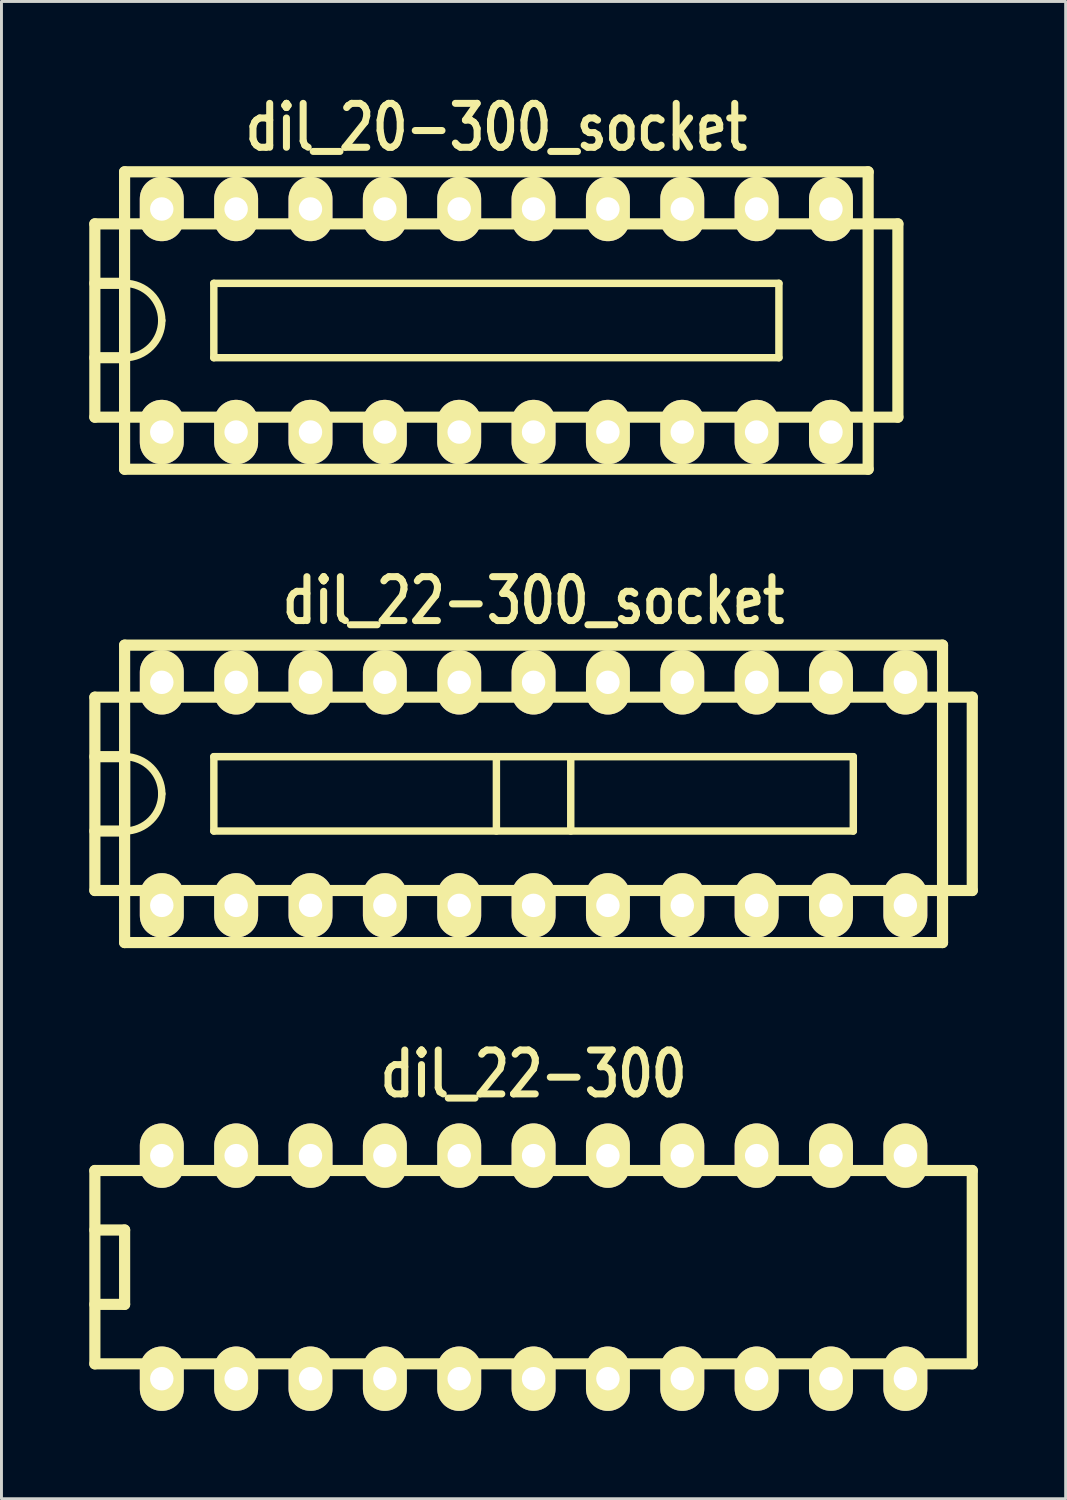
<source format=kicad_pcb>
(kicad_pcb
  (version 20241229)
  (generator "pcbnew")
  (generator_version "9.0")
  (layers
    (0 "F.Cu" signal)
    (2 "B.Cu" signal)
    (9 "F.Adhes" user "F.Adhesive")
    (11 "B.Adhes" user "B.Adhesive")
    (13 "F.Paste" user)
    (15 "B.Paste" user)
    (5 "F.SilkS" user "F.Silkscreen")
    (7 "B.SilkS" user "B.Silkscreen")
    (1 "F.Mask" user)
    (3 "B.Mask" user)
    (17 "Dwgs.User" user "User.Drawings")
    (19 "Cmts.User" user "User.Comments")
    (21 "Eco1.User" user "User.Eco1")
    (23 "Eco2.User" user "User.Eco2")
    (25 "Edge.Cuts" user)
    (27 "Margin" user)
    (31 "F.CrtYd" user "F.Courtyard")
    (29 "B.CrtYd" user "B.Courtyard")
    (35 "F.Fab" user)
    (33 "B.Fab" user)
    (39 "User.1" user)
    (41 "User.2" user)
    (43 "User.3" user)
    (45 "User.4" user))
  (footprint "dil_20-300_socket"
    (layer "F.Cu")
    (at 13.906 7.899)
    (property "Reference" "dil_20-300_socket" (at 0 -6.6 0) (layer "F.SilkS") (effects (font (size 1.5 1.2) (thickness 0.24))))
    (attr through_hole)
    (fp_line (start -13.716 -3.302) (end 13.716 -3.302) (stroke (width 0.381) (type solid)) (layer "F.SilkS"))
    (fp_line (start -13.716 3.302) (end -13.716 -3.302) (stroke (width 0.381) (type solid)) (layer "F.SilkS"))
    (fp_line (start -12.7 -5.08) (end 12.7 -5.08) (stroke (width 0.381) (type solid)) (layer "F.SilkS"))
    (fp_line (start -12.7 -1.27) (end -13.716 -1.27) (stroke (width 0.381) (type solid)) (layer "F.SilkS"))
    (fp_line (start -12.7 -1.27) (end -12.7 1.27) (stroke (width 0.381) (type solid)) (layer "F.SilkS"))
    (fp_line (start -12.7 1.27) (end -13.716 1.27) (stroke (width 0.381) (type solid)) (layer "F.SilkS"))
    (fp_line (start -12.7 5.08) (end -12.7 -5.08) (stroke (width 0.381) (type solid)) (layer "F.SilkS"))
    (fp_line (start -9.652 -1.27) (end -9.652 1.27) (stroke (width 0.254) (type solid)) (layer "F.SilkS"))
    (fp_line (start -9.652 -1.27) (end 9.652 -1.27) (stroke (width 0.254) (type solid)) (layer "F.SilkS"))
    (fp_line (start 9.652 1.27) (end -9.652 1.27) (stroke (width 0.254) (type solid)) (layer "F.SilkS"))
    (fp_line (start 9.652 1.27) (end 9.652 -1.27) (stroke (width 0.254) (type solid)) (layer "F.SilkS"))
    (fp_line (start 12.7 -5.08) (end 12.7 5.08) (stroke (width 0.381) (type solid)) (layer "F.SilkS"))
    (fp_line (start 12.7 5.08) (end -12.7 5.08) (stroke (width 0.381) (type solid)) (layer "F.SilkS"))
    (fp_line (start 13.716 -3.302) (end 13.716 3.302) (stroke (width 0.381) (type solid)) (layer "F.SilkS"))
    (fp_line (start 13.716 3.302) (end -13.716 3.302) (stroke (width 0.381) (type solid)) (layer "F.SilkS"))
    (fp_arc (start -12.7 -1.27) (mid -11.801974 -0.898026) (end -11.43 0) (stroke (width 0.254) (type solid)) (layer "F.SilkS"))
    (fp_arc (start -11.43 0) (mid -11.801974 0.898026) (end -12.7 1.27) (stroke (width 0.254) (type solid)) (layer "F.SilkS"))
    (pad "1" thru_hole oval (at -11.43 3.81) (size 1.5 2.2) (drill 0.8) (layers "*.Cu" "*.Mask" "F.SilkS"))
    (pad "2" thru_hole oval (at -8.89 3.81) (size 1.5 2.2) (drill 0.8) (layers "*.Cu" "*.Mask" "F.SilkS"))
    (pad "3" thru_hole oval (at -6.35 3.81) (size 1.5 2.2) (drill 0.8) (layers "*.Cu" "*.Mask" "F.SilkS"))
    (pad "4" thru_hole oval (at -3.81 3.81) (size 1.5 2.2) (drill 0.8) (layers "*.Cu" "*.Mask" "F.SilkS"))
    (pad "5" thru_hole oval (at -1.27 3.81) (size 1.5 2.2) (drill 0.8) (layers "*.Cu" "*.Mask" "F.SilkS"))
    (pad "6" thru_hole oval (at 1.27 3.81) (size 1.5 2.2) (drill 0.8) (layers "*.Cu" "*.Mask" "F.SilkS"))
    (pad "7" thru_hole oval (at 3.81 3.81) (size 1.5 2.2) (drill 0.8) (layers "*.Cu" "*.Mask" "F.SilkS"))
    (pad "8" thru_hole oval (at 6.35 3.81) (size 1.5 2.2) (drill 0.8) (layers "*.Cu" "*.Mask" "F.SilkS"))
    (pad "9" thru_hole oval (at 8.89 3.81) (size 1.5 2.2) (drill 0.8) (layers "*.Cu" "*.Mask" "F.SilkS"))
    (pad "10" thru_hole oval (at 11.43 3.81) (size 1.5 2.2) (drill 0.8) (layers "*.Cu" "*.Mask" "F.SilkS"))
    (pad "11" thru_hole oval (at 11.43 -3.81) (size 1.5 2.2) (drill 0.8) (layers "*.Cu" "*.Mask" "F.SilkS"))
    (pad "12" thru_hole oval (at 8.89 -3.81) (size 1.5 2.2) (drill 0.8) (layers "*.Cu" "*.Mask" "F.SilkS"))
    (pad "13" thru_hole oval (at 6.35 -3.81) (size 1.5 2.2) (drill 0.8) (layers "*.Cu" "*.Mask" "F.SilkS"))
    (pad "14" thru_hole oval (at 3.81 -3.81) (size 1.5 2.2) (drill 0.8) (layers "*.Cu" "*.Mask" "F.SilkS"))
    (pad "15" thru_hole oval (at 1.27 -3.81) (size 1.5 2.2) (drill 0.8) (layers "*.Cu" "*.Mask" "F.SilkS"))
    (pad "16" thru_hole oval (at -1.27 -3.81) (size 1.5 2.2) (drill 0.8) (layers "*.Cu" "*.Mask" "F.SilkS"))
    (pad "17" thru_hole oval (at -3.81 -3.81) (size 1.5 2.2) (drill 0.8) (layers "*.Cu" "*.Mask" "F.SilkS"))
    (pad "18" thru_hole oval (at -6.35 -3.81) (size 1.5 2.2) (drill 0.8) (layers "*.Cu" "*.Mask" "F.SilkS"))
    (pad "19" thru_hole oval (at -8.89 -3.81) (size 1.5 2.2) (drill 0.8) (layers "*.Cu" "*.Mask" "F.SilkS"))
    (pad "20" thru_hole oval (at -11.43 -3.81) (size 1.5 2.2) (drill 0.8) (layers "*.Cu" "*.Mask" "F.SilkS")))
  (footprint "dil_22-300_socket"
    (layer "F.Cu")
    (at 15.177 24.068)
    (property "Reference" "dil_22-300_socket" (at 0 -6.6 0) (layer "F.SilkS") (effects (font (size 1.5 1.2) (thickness 0.24))))
    (attr through_hole)
    (fp_line (start -14.986 -3.302) (end 14.986 -3.302) (stroke (width 0.381) (type solid)) (layer "F.SilkS"))
    (fp_line (start -14.986 3.302) (end -14.986 -3.302) (stroke (width 0.381) (type solid)) (layer "F.SilkS"))
    (fp_line (start -13.97 -5.08) (end 13.97 -5.08) (stroke (width 0.381) (type solid)) (layer "F.SilkS"))
    (fp_line (start -13.97 -1.27) (end -14.986 -1.27) (stroke (width 0.381) (type solid)) (layer "F.SilkS"))
    (fp_line (start -13.97 -1.27) (end -13.97 1.27) (stroke (width 0.381) (type solid)) (layer "F.SilkS"))
    (fp_line (start -13.97 1.27) (end -14.986 1.27) (stroke (width 0.381) (type solid)) (layer "F.SilkS"))
    (fp_line (start -13.97 5.08) (end -13.97 -5.08) (stroke (width 0.381) (type solid)) (layer "F.SilkS"))
    (fp_line (start -10.922 -1.27) (end -10.922 1.27) (stroke (width 0.254) (type solid)) (layer "F.SilkS"))
    (fp_line (start -10.922 1.27) (end 10.922 1.27) (stroke (width 0.254) (type solid)) (layer "F.SilkS"))
    (fp_line (start -1.27 -1.27) (end -1.27 1.27) (stroke (width 0.254) (type solid)) (layer "F.SilkS"))
    (fp_line (start 1.27 -1.27) (end 1.27 1.27) (stroke (width 0.254) (type solid)) (layer "F.SilkS"))
    (fp_line (start 10.922 -1.27) (end -10.922 -1.27) (stroke (width 0.254) (type solid)) (layer "F.SilkS"))
    (fp_line (start 10.922 1.27) (end 10.922 -1.27) (stroke (width 0.254) (type solid)) (layer "F.SilkS"))
    (fp_line (start 13.97 -5.08) (end 13.97 5.08) (stroke (width 0.381) (type solid)) (layer "F.SilkS"))
    (fp_line (start 13.97 5.08) (end -13.97 5.08) (stroke (width 0.381) (type solid)) (layer "F.SilkS"))
    (fp_line (start 14.986 -3.302) (end 14.986 3.302) (stroke (width 0.381) (type solid)) (layer "F.SilkS"))
    (fp_line (start 14.986 3.302) (end -14.986 3.302) (stroke (width 0.381) (type solid)) (layer "F.SilkS"))
    (fp_arc (start -13.97 -1.27) (mid -13.071974 -0.898026) (end -12.7 0) (stroke (width 0.254) (type solid)) (layer "F.SilkS"))
    (fp_arc (start -12.7 0) (mid -13.071974 0.898026) (end -13.97 1.27) (stroke (width 0.254) (type solid)) (layer "F.SilkS"))
    (pad "1" thru_hole oval (at -12.7 3.81) (size 1.5 2.2) (drill 0.8) (layers "*.Cu" "*.Mask" "F.SilkS"))
    (pad "2" thru_hole oval (at -10.16 3.81) (size 1.5 2.2) (drill 0.8) (layers "*.Cu" "*.Mask" "F.SilkS"))
    (pad "3" thru_hole oval (at -7.62 3.81) (size 1.5 2.2) (drill 0.8) (layers "*.Cu" "*.Mask" "F.SilkS"))
    (pad "4" thru_hole oval (at -5.08 3.81) (size 1.5 2.2) (drill 0.8) (layers "*.Cu" "*.Mask" "F.SilkS"))
    (pad "5" thru_hole oval (at -2.54 3.81) (size 1.5 2.2) (drill 0.8) (layers "*.Cu" "*.Mask" "F.SilkS"))
    (pad "6" thru_hole oval (at 0 3.81) (size 1.5 2.2) (drill 0.8) (layers "*.Cu" "*.Mask" "F.SilkS"))
    (pad "7" thru_hole oval (at 2.54 3.81) (size 1.5 2.2) (drill 0.8) (layers "*.Cu" "*.Mask" "F.SilkS"))
    (pad "8" thru_hole oval (at 5.08 3.81) (size 1.5 2.2) (drill 0.8) (layers "*.Cu" "*.Mask" "F.SilkS"))
    (pad "9" thru_hole oval (at 7.62 3.81) (size 1.5 2.2) (drill 0.8) (layers "*.Cu" "*.Mask" "F.SilkS"))
    (pad "10" thru_hole oval (at 10.16 3.81) (size 1.5 2.2) (drill 0.8) (layers "*.Cu" "*.Mask" "F.SilkS"))
    (pad "11" thru_hole oval (at 12.7 3.81) (size 1.5 2.2) (drill 0.8) (layers "*.Cu" "*.Mask" "F.SilkS"))
    (pad "12" thru_hole oval (at 12.7 -3.81) (size 1.5 2.2) (drill 0.8) (layers "*.Cu" "*.Mask" "F.SilkS"))
    (pad "13" thru_hole oval (at 10.16 -3.81) (size 1.5 2.2) (drill 0.8) (layers "*.Cu" "*.Mask" "F.SilkS"))
    (pad "14" thru_hole oval (at 7.62 -3.81) (size 1.5 2.2) (drill 0.8) (layers "*.Cu" "*.Mask" "F.SilkS"))
    (pad "15" thru_hole oval (at 5.08 -3.81) (size 1.5 2.2) (drill 0.8) (layers "*.Cu" "*.Mask" "F.SilkS"))
    (pad "16" thru_hole oval (at 2.54 -3.81) (size 1.5 2.2) (drill 0.8) (layers "*.Cu" "*.Mask" "F.SilkS"))
    (pad "17" thru_hole oval (at 0 -3.81) (size 1.5 2.2) (drill 0.8) (layers "*.Cu" "*.Mask" "F.SilkS"))
    (pad "18" thru_hole oval (at -2.54 -3.81) (size 1.5 2.2) (drill 0.8) (layers "*.Cu" "*.Mask" "F.SilkS"))
    (pad "19" thru_hole oval (at -5.08 -3.81) (size 1.5 2.2) (drill 0.8) (layers "*.Cu" "*.Mask" "F.SilkS"))
    (pad "20" thru_hole oval (at -7.62 -3.81) (size 1.5 2.2) (drill 0.8) (layers "*.Cu" "*.Mask" "F.SilkS"))
    (pad "21" thru_hole oval (at -10.16 -3.81) (size 1.5 2.2) (drill 0.8) (layers "*.Cu" "*.Mask" "F.SilkS"))
    (pad "22" thru_hole oval (at -12.7 -3.81) (size 1.5 2.2) (drill 0.8) (layers "*.Cu" "*.Mask" "F.SilkS")))
  (footprint "dil_22-300"
    (layer "F.Cu")
    (at 15.177 40.237)
    (property "Reference" "dil_22-300" (at 0 -6.6 0) (layer "F.SilkS") (effects (font (size 1.5 1.2) (thickness 0.24))))
    (attr through_hole)
    (fp_line (start -14.986 -3.302) (end 14.986 -3.302) (stroke (width 0.381) (type solid)) (layer "F.SilkS"))
    (fp_line (start -14.986 3.302) (end -14.986 -3.302) (stroke (width 0.381) (type solid)) (layer "F.SilkS"))
    (fp_line (start -13.97 -1.27) (end -14.986 -1.27) (stroke (width 0.381) (type solid)) (layer "F.SilkS"))
    (fp_line (start -13.97 -1.27) (end -13.97 1.27) (stroke (width 0.381) (type solid)) (layer "F.SilkS"))
    (fp_line (start -13.97 1.27) (end -14.986 1.27) (stroke (width 0.381) (type solid)) (layer "F.SilkS"))
    (fp_line (start 14.986 -3.302) (end 14.986 3.302) (stroke (width 0.381) (type solid)) (layer "F.SilkS"))
    (fp_line (start 14.986 3.302) (end -14.986 3.302) (stroke (width 0.381) (type solid)) (layer "F.SilkS"))
    (pad "1" thru_hole oval (at -12.7 3.81) (size 1.5 2.2) (drill 0.8) (layers "*.Cu" "*.Mask" "F.SilkS"))
    (pad "2" thru_hole oval (at -10.16 3.81) (size 1.5 2.2) (drill 0.8) (layers "*.Cu" "*.Mask" "F.SilkS"))
    (pad "3" thru_hole oval (at -7.62 3.81) (size 1.5 2.2) (drill 0.8) (layers "*.Cu" "*.Mask" "F.SilkS"))
    (pad "4" thru_hole oval (at -5.08 3.81) (size 1.5 2.2) (drill 0.8) (layers "*.Cu" "*.Mask" "F.SilkS"))
    (pad "5" thru_hole oval (at -2.54 3.81) (size 1.5 2.2) (drill 0.8) (layers "*.Cu" "*.Mask" "F.SilkS"))
    (pad "6" thru_hole oval (at 0 3.81) (size 1.5 2.2) (drill 0.8) (layers "*.Cu" "*.Mask" "F.SilkS"))
    (pad "7" thru_hole oval (at 2.54 3.81) (size 1.5 2.2) (drill 0.8) (layers "*.Cu" "*.Mask" "F.SilkS"))
    (pad "8" thru_hole oval (at 5.08 3.81) (size 1.5 2.2) (drill 0.8) (layers "*.Cu" "*.Mask" "F.SilkS"))
    (pad "9" thru_hole oval (at 7.62 3.81) (size 1.5 2.2) (drill 0.8) (layers "*.Cu" "*.Mask" "F.SilkS"))
    (pad "10" thru_hole oval (at 10.16 3.81) (size 1.5 2.2) (drill 0.8) (layers "*.Cu" "*.Mask" "F.SilkS"))
    (pad "11" thru_hole oval (at 12.7 3.81) (size 1.5 2.2) (drill 0.8) (layers "*.Cu" "*.Mask" "F.SilkS"))
    (pad "12" thru_hole oval (at 12.7 -3.81) (size 1.5 2.2) (drill 0.8) (layers "*.Cu" "*.Mask" "F.SilkS"))
    (pad "13" thru_hole oval (at 10.16 -3.81) (size 1.5 2.2) (drill 0.8) (layers "*.Cu" "*.Mask" "F.SilkS"))
    (pad "14" thru_hole oval (at 7.62 -3.81) (size 1.5 2.2) (drill 0.8) (layers "*.Cu" "*.Mask" "F.SilkS"))
    (pad "15" thru_hole oval (at 5.08 -3.81) (size 1.5 2.2) (drill 0.8) (layers "*.Cu" "*.Mask" "F.SilkS"))
    (pad "16" thru_hole oval (at 2.54 -3.81) (size 1.5 2.2) (drill 0.8) (layers "*.Cu" "*.Mask" "F.SilkS"))
    (pad "17" thru_hole oval (at 0 -3.81) (size 1.5 2.2) (drill 0.8) (layers "*.Cu" "*.Mask" "F.SilkS"))
    (pad "18" thru_hole oval (at -2.54 -3.81) (size 1.5 2.2) (drill 0.8) (layers "*.Cu" "*.Mask" "F.SilkS"))
    (pad "19" thru_hole oval (at -5.08 -3.81) (size 1.5 2.2) (drill 0.8) (layers "*.Cu" "*.Mask" "F.SilkS"))
    (pad "20" thru_hole oval (at -7.62 -3.81) (size 1.5 2.2) (drill 0.8) (layers "*.Cu" "*.Mask" "F.SilkS"))
    (pad "21" thru_hole oval (at -10.16 -3.81) (size 1.5 2.2) (drill 0.8) (layers "*.Cu" "*.Mask" "F.SilkS"))
    (pad "22" thru_hole oval (at -12.7 -3.81) (size 1.5 2.2) (drill 0.8) (layers "*.Cu" "*.Mask" "F.SilkS")))
  (gr_rect
    (start -3 -3)
    (end 33.353 48.147)
    (stroke (width 0.1) (type default))
    (fill no)
    (layer "Edge.Cuts")))
</source>
